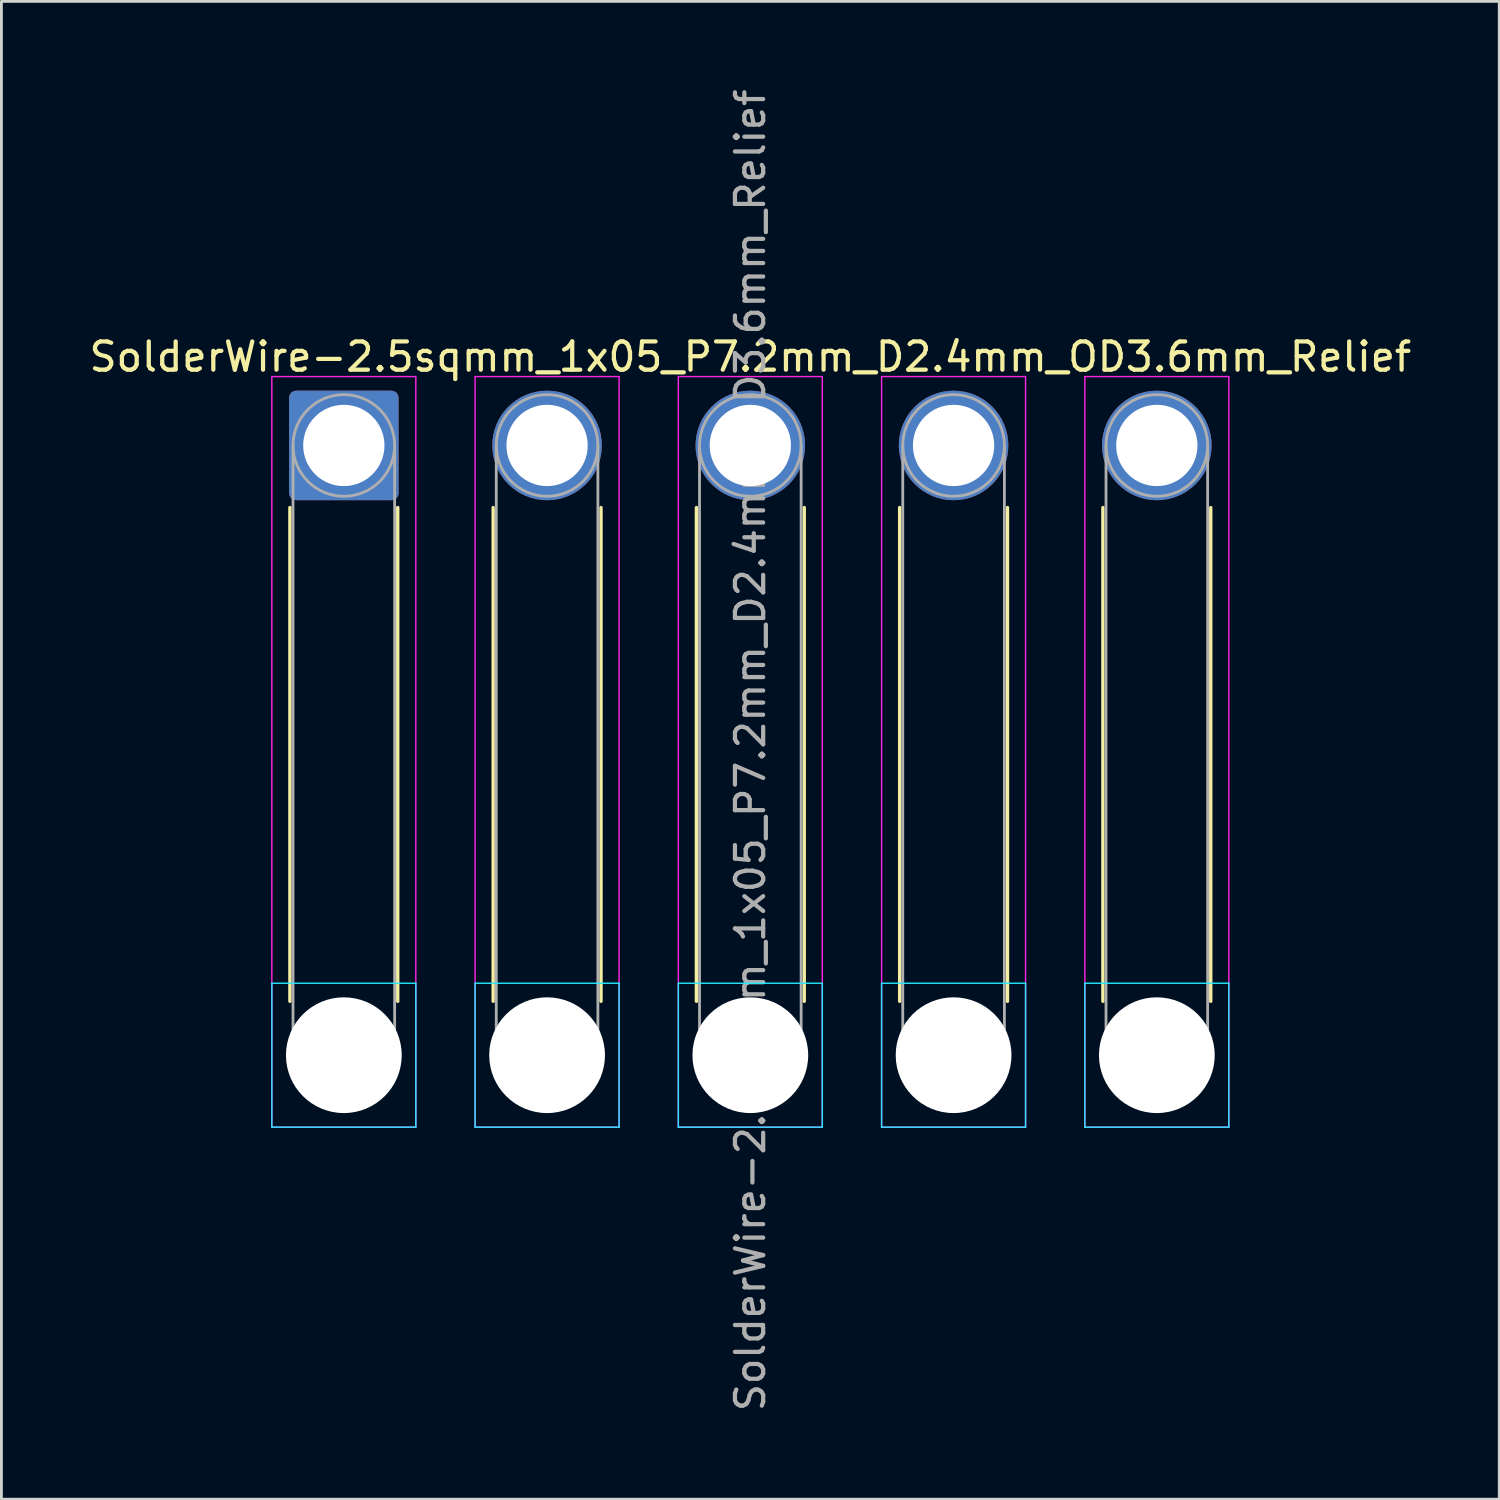
<source format=kicad_pcb>
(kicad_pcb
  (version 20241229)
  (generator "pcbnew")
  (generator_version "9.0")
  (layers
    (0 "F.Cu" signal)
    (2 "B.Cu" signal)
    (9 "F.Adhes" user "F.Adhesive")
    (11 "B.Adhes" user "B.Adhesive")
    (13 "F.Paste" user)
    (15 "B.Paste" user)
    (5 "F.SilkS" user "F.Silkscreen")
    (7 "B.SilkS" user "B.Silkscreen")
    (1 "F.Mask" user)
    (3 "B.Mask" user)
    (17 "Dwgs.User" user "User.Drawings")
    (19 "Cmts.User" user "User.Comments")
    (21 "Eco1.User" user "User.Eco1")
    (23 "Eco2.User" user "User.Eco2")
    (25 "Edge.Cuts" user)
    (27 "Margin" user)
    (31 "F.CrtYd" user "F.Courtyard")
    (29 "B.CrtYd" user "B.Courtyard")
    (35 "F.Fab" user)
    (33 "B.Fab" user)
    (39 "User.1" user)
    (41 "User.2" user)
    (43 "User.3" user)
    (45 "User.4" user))
  (footprint "SolderWire-2.5sqmm_1x05_P7.2mm_D2.4mm_OD3.6mm_Relief"
    (layer "F.Cu")
    (at 9.13 12.73)
    (property "Reference" "SolderWire-2.5sqmm_1x05_P7.2mm_D2.4mm_OD3.6mm_Relief" (at 14.4 -3.14 0) (layer "F.SilkS") (effects (font (size 1 1) (thickness 0.15))))
    (attr exclude_from_pos_files exclude_from_bom)
    (fp_line (start -1.91 2.2) (end -1.91 19.69) (stroke (width 0.12) (type solid)) (layer "F.SilkS"))
    (fp_line (start 1.91 2.2) (end 1.91 19.69) (stroke (width 0.12) (type solid)) (layer "F.SilkS"))
    (fp_line (start 5.29 2.2) (end 5.29 19.69) (stroke (width 0.12) (type solid)) (layer "F.SilkS"))
    (fp_line (start 9.11 2.2) (end 9.11 19.69) (stroke (width 0.12) (type solid)) (layer "F.SilkS"))
    (fp_line (start 12.49 2.2) (end 12.49 19.69) (stroke (width 0.12) (type solid)) (layer "F.SilkS"))
    (fp_line (start 16.31 2.2) (end 16.31 19.69) (stroke (width 0.12) (type solid)) (layer "F.SilkS"))
    (fp_line (start 19.69 2.2) (end 19.69 19.69) (stroke (width 0.12) (type solid)) (layer "F.SilkS"))
    (fp_line (start 23.51 2.2) (end 23.51 19.69) (stroke (width 0.12) (type solid)) (layer "F.SilkS"))
    (fp_line (start 26.89 2.2) (end 26.89 19.69) (stroke (width 0.12) (type solid)) (layer "F.SilkS"))
    (fp_line (start 30.71 2.2) (end 30.71 19.69) (stroke (width 0.12) (type solid)) (layer "F.SilkS"))
    (fp_line (start -2.55 19.05) (end -2.55 24.15) (stroke (width 0.05) (type solid)) (layer "B.CrtYd"))
    (fp_line (start -2.55 24.15) (end 2.55 24.15) (stroke (width 0.05) (type solid)) (layer "B.CrtYd"))
    (fp_line (start 2.55 19.05) (end -2.55 19.05) (stroke (width 0.05) (type solid)) (layer "B.CrtYd"))
    (fp_line (start 2.55 24.15) (end 2.55 19.05) (stroke (width 0.05) (type solid)) (layer "B.CrtYd"))
    (fp_line (start 4.65 19.05) (end 4.65 24.15) (stroke (width 0.05) (type solid)) (layer "B.CrtYd"))
    (fp_line (start 4.65 24.15) (end 9.75 24.15) (stroke (width 0.05) (type solid)) (layer "B.CrtYd"))
    (fp_line (start 9.75 19.05) (end 4.65 19.05) (stroke (width 0.05) (type solid)) (layer "B.CrtYd"))
    (fp_line (start 9.75 24.15) (end 9.75 19.05) (stroke (width 0.05) (type solid)) (layer "B.CrtYd"))
    (fp_line (start 11.85 19.05) (end 11.85 24.15) (stroke (width 0.05) (type solid)) (layer "B.CrtYd"))
    (fp_line (start 11.85 24.15) (end 16.95 24.15) (stroke (width 0.05) (type solid)) (layer "B.CrtYd"))
    (fp_line (start 16.95 19.05) (end 11.85 19.05) (stroke (width 0.05) (type solid)) (layer "B.CrtYd"))
    (fp_line (start 16.95 24.15) (end 16.95 19.05) (stroke (width 0.05) (type solid)) (layer "B.CrtYd"))
    (fp_line (start 19.05 19.05) (end 19.05 24.15) (stroke (width 0.05) (type solid)) (layer "B.CrtYd"))
    (fp_line (start 19.05 24.15) (end 24.15 24.15) (stroke (width 0.05) (type solid)) (layer "B.CrtYd"))
    (fp_line (start 24.15 19.05) (end 19.05 19.05) (stroke (width 0.05) (type solid)) (layer "B.CrtYd"))
    (fp_line (start 24.15 24.15) (end 24.15 19.05) (stroke (width 0.05) (type solid)) (layer "B.CrtYd"))
    (fp_line (start 26.25 19.05) (end 26.25 24.15) (stroke (width 0.05) (type solid)) (layer "B.CrtYd"))
    (fp_line (start 26.25 24.15) (end 31.35 24.15) (stroke (width 0.05) (type solid)) (layer "B.CrtYd"))
    (fp_line (start 31.35 19.05) (end 26.25 19.05) (stroke (width 0.05) (type solid)) (layer "B.CrtYd"))
    (fp_line (start 31.35 24.15) (end 31.35 19.05) (stroke (width 0.05) (type solid)) (layer "B.CrtYd"))
    (fp_line (start -2.55 -2.44) (end -2.55 24.15) (stroke (width 0.05) (type solid)) (layer "F.CrtYd"))
    (fp_line (start -2.55 24.15) (end 2.55 24.15) (stroke (width 0.05) (type solid)) (layer "F.CrtYd"))
    (fp_line (start 2.55 -2.44) (end -2.55 -2.44) (stroke (width 0.05) (type solid)) (layer "F.CrtYd"))
    (fp_line (start 2.55 24.15) (end 2.55 -2.44) (stroke (width 0.05) (type solid)) (layer "F.CrtYd"))
    (fp_line (start 4.65 -2.44) (end 4.65 24.15) (stroke (width 0.05) (type solid)) (layer "F.CrtYd"))
    (fp_line (start 4.65 24.15) (end 9.75 24.15) (stroke (width 0.05) (type solid)) (layer "F.CrtYd"))
    (fp_line (start 9.75 -2.44) (end 4.65 -2.44) (stroke (width 0.05) (type solid)) (layer "F.CrtYd"))
    (fp_line (start 9.75 24.15) (end 9.75 -2.44) (stroke (width 0.05) (type solid)) (layer "F.CrtYd"))
    (fp_line (start 11.85 -2.44) (end 11.85 24.15) (stroke (width 0.05) (type solid)) (layer "F.CrtYd"))
    (fp_line (start 11.85 24.15) (end 16.95 24.15) (stroke (width 0.05) (type solid)) (layer "F.CrtYd"))
    (fp_line (start 16.95 -2.44) (end 11.85 -2.44) (stroke (width 0.05) (type solid)) (layer "F.CrtYd"))
    (fp_line (start 16.95 24.15) (end 16.95 -2.44) (stroke (width 0.05) (type solid)) (layer "F.CrtYd"))
    (fp_line (start 19.05 -2.44) (end 19.05 24.15) (stroke (width 0.05) (type solid)) (layer "F.CrtYd"))
    (fp_line (start 19.05 24.15) (end 24.15 24.15) (stroke (width 0.05) (type solid)) (layer "F.CrtYd"))
    (fp_line (start 24.15 -2.44) (end 19.05 -2.44) (stroke (width 0.05) (type solid)) (layer "F.CrtYd"))
    (fp_line (start 24.15 24.15) (end 24.15 -2.44) (stroke (width 0.05) (type solid)) (layer "F.CrtYd"))
    (fp_line (start 26.25 -2.44) (end 26.25 24.15) (stroke (width 0.05) (type solid)) (layer "F.CrtYd"))
    (fp_line (start 26.25 24.15) (end 31.35 24.15) (stroke (width 0.05) (type solid)) (layer "F.CrtYd"))
    (fp_line (start 31.35 -2.44) (end 26.25 -2.44) (stroke (width 0.05) (type solid)) (layer "F.CrtYd"))
    (fp_line (start 31.35 24.15) (end 31.35 -2.44) (stroke (width 0.05) (type solid)) (layer "F.CrtYd"))
    (fp_line (start -1.8 0) (end -1.8 21.6) (stroke (width 0.1) (type solid)) (layer "F.Fab"))
    (fp_line (start 1.8 0) (end 1.8 21.6) (stroke (width 0.1) (type solid)) (layer "F.Fab"))
    (fp_line (start 5.4 0) (end 5.4 21.6) (stroke (width 0.1) (type solid)) (layer "F.Fab"))
    (fp_line (start 9 0) (end 9 21.6) (stroke (width 0.1) (type solid)) (layer "F.Fab"))
    (fp_line (start 12.6 0) (end 12.6 21.6) (stroke (width 0.1) (type solid)) (layer "F.Fab"))
    (fp_line (start 16.2 0) (end 16.2 21.6) (stroke (width 0.1) (type solid)) (layer "F.Fab"))
    (fp_line (start 19.8 0) (end 19.8 21.6) (stroke (width 0.1) (type solid)) (layer "F.Fab"))
    (fp_line (start 23.4 0) (end 23.4 21.6) (stroke (width 0.1) (type solid)) (layer "F.Fab"))
    (fp_line (start 27 0) (end 27 21.6) (stroke (width 0.1) (type solid)) (layer "F.Fab"))
    (fp_line (start 30.6 0) (end 30.6 21.6) (stroke (width 0.1) (type solid)) (layer "F.Fab"))
    (fp_circle (center 0 0) (end 1.8 0) (stroke (width 0.1) (type solid)) (fill no) (layer "F.Fab"))
    (fp_circle (center 0 21.6) (end 1.8 21.6) (stroke (width 0.1) (type solid)) (fill no) (layer "F.Fab"))
    (fp_circle (center 7.2 0) (end 9 0) (stroke (width 0.1) (type solid)) (fill no) (layer "F.Fab"))
    (fp_circle (center 7.2 21.6) (end 9 21.6) (stroke (width 0.1) (type solid)) (fill no) (layer "F.Fab"))
    (fp_circle (center 14.4 0) (end 16.2 0) (stroke (width 0.1) (type solid)) (fill no) (layer "F.Fab"))
    (fp_circle (center 14.4 21.6) (end 16.2 21.6) (stroke (width 0.1) (type solid)) (fill no) (layer "F.Fab"))
    (fp_circle (center 21.6 0) (end 23.4 0) (stroke (width 0.1) (type solid)) (fill no) (layer "F.Fab"))
    (fp_circle (center 21.6 21.6) (end 23.4 21.6) (stroke (width 0.1) (type solid)) (fill no) (layer "F.Fab"))
    (fp_circle (center 28.8 0) (end 30.6 0) (stroke (width 0.1) (type solid)) (fill no) (layer "F.Fab"))
    (fp_circle (center 28.8 21.6) (end 30.6 21.6) (stroke (width 0.1) (type solid)) (fill no) (layer "F.Fab"))
    (fp_text user "${REFERENCE}" (at 14.4 10.8 90) (layer "F.Fab") (effects (font (size 1 1) (thickness 0.15))))
    (pad "" np_thru_hole circle (at 0 21.6) (size 4.1 4.1) (drill 4.1) (layers "*.Cu" "*.Mask"))
    (pad "" np_thru_hole circle (at 7.2 21.6) (size 4.1 4.1) (drill 4.1) (layers "*.Cu" "*.Mask"))
    (pad "" np_thru_hole circle (at 14.4 21.6) (size 4.1 4.1) (drill 4.1) (layers "*.Cu" "*.Mask"))
    (pad "" np_thru_hole circle (at 21.6 21.6) (size 4.1 4.1) (drill 4.1) (layers "*.Cu" "*.Mask"))
    (pad "" np_thru_hole circle (at 28.8 21.6) (size 4.1 4.1) (drill 4.1) (layers "*.Cu" "*.Mask"))
    (pad "1" thru_hole roundrect (at 0 0) (size 3.88 3.88) (drill 2.88) (layers "*.Cu" "*.Mask") (roundrect_rratio 0.064))
    (pad "2" thru_hole circle (at 7.2 0) (size 3.88 3.88) (drill 2.88) (layers "*.Cu" "*.Mask"))
    (pad "3" thru_hole circle (at 14.4 0) (size 3.88 3.88) (drill 2.88) (layers "*.Cu" "*.Mask"))
    (pad "4" thru_hole circle (at 21.6 0) (size 3.88 3.88) (drill 2.88) (layers "*.Cu" "*.Mask"))
    (pad "5" thru_hole circle (at 28.8 0) (size 3.88 3.88) (drill 2.88) (layers "*.Cu" "*.Mask")))
  (gr_rect
    (start -3 -3)
    (end 50.06 50.06)
    (stroke (width 0.1) (type default))
    (fill no)
    (layer "Edge.Cuts")))
</source>
